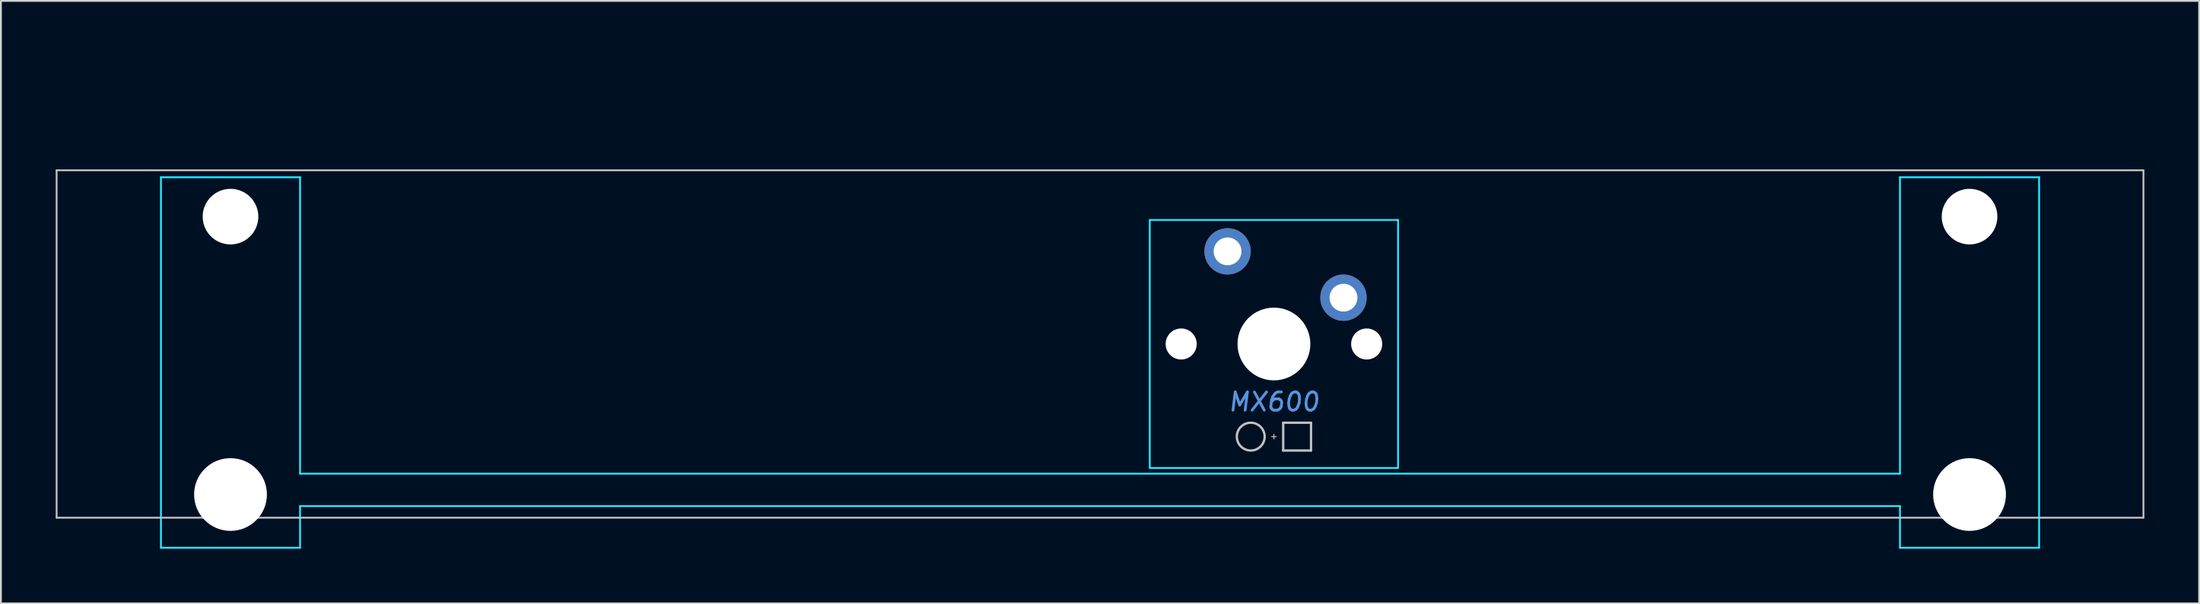
<source format=kicad_pcb>
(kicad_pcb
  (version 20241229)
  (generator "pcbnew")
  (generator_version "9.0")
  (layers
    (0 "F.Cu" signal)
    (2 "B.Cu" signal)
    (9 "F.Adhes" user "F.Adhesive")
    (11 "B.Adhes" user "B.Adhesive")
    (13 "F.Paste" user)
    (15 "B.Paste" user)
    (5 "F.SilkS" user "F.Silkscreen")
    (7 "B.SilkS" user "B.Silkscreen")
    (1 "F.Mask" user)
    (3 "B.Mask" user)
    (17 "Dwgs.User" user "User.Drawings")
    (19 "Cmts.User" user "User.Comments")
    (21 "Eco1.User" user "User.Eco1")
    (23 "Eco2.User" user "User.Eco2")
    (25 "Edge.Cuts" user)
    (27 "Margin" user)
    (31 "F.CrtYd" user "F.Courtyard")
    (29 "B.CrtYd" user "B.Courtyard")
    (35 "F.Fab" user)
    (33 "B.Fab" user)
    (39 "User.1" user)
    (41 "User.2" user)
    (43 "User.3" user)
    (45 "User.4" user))
  (footprint "MX600"
    (layer "F.Cu")
    (at 66.725 15.815)
    (property "Reference" "MX600" (at 0 3.175 0) (layer "Cmts.User") (effects (font (size 1 1) (thickness 0.15) (italic yes))))
    (attr through_hole)
    (fp_line (start -66.675 -9.525) (end -66.675 9.525) (stroke (width 0.1) (type solid)) (layer "Dwgs.User"))
    (fp_line (start -66.675 9.525) (end 47.625 9.525) (stroke (width 0.1) (type solid)) (layer "Dwgs.User"))
    (fp_line (start -0.127 5.08) (end 0.127 5.08) (stroke (width 0.051) (type solid)) (layer "Dwgs.User"))
    (fp_line (start 0 5.207) (end 0 4.953) (stroke (width 0.051) (type solid)) (layer "Dwgs.User"))
    (fp_line (start 0.508 4.318) (end 0.508 5.842) (stroke (width 0.127) (type solid)) (layer "Dwgs.User"))
    (fp_line (start 0.508 4.318) (end 2.032 4.318) (stroke (width 0.127) (type solid)) (layer "Dwgs.User"))
    (fp_line (start 0.508 5.842) (end 2.032 5.842) (stroke (width 0.127) (type solid)) (layer "Dwgs.User"))
    (fp_line (start 2.032 5.842) (end 2.032 4.318) (stroke (width 0.127) (type solid)) (layer "Dwgs.User"))
    (fp_line (start 47.625 -9.525) (end -66.675 -9.525) (stroke (width 0.1) (type solid)) (layer "Dwgs.User"))
    (fp_line (start 47.625 -9.525) (end 47.625 9.525) (stroke (width 0.1) (type solid)) (layer "Dwgs.User"))
    (fp_circle (center -1.27 5.08) (end -0.508 5.08) (stroke (width 0.127) (type solid)) (fill no) (layer "Dwgs.User"))
    (fp_line (start -61.29 -0.508) (end -61.29 -3.302) (stroke (width 0.1) (type solid)) (layer "Eco1.User"))
    (fp_line (start -61.29 -3.302) (end -60.274 -3.302) (stroke (width 0.1) (type solid)) (layer "Eco1.User"))
    (fp_line (start -60.274 -3.302) (end -60.274 -5.69) (stroke (width 0.1) (type solid)) (layer "Eco1.User"))
    (fp_line (start -60.274 -0.508) (end -61.29 -0.508) (stroke (width 0.1) (type solid)) (layer "Eco1.User"))
    (fp_line (start -60.274 -5.69) (end -53.619 -5.69) (stroke (width 0.1) (type solid)) (layer "Eco1.User"))
    (fp_line (start -60.274 6.604) (end -60.274 -0.508) (stroke (width 0.1) (type solid)) (layer "Eco1.User"))
    (fp_line (start -58.471 6.604) (end -60.274 6.604) (stroke (width 0.1) (type solid)) (layer "Eco1.User"))
    (fp_line (start -58.471 7.772) (end -58.471 6.604) (stroke (width 0.1) (type solid)) (layer "Eco1.User"))
    (fp_line (start -55.423 6.604) (end -55.423 7.772) (stroke (width 0.1) (type solid)) (layer "Eco1.User"))
    (fp_line (start -55.423 7.772) (end -58.471 7.772) (stroke (width 0.1) (type solid)) (layer "Eco1.User"))
    (fp_line (start -53.619 -5.69) (end -53.619 -2.286) (stroke (width 0.1) (type solid)) (layer "Eco1.User"))
    (fp_line (start -53.619 2.286) (end -53.619 6.604) (stroke (width 0.1) (type solid)) (layer "Eco1.User"))
    (fp_line (start -53.619 -2.286) (end -6.985 -2.286) (stroke (width 0.1) (type solid)) (layer "Eco1.User"))
    (fp_line (start -53.619 6.604) (end -55.423 6.604) (stroke (width 0.1) (type solid)) (layer "Eco1.User"))
    (fp_line (start -6.985 -6.985) (end 6.985 -6.985) (stroke (width 0.1) (type solid)) (layer "Eco1.User"))
    (fp_line (start -6.985 -2.286) (end -6.985 -6.985) (stroke (width 0.1) (type solid)) (layer "Eco1.User"))
    (fp_line (start -6.985 2.286) (end -53.619 2.286) (stroke (width 0.1) (type solid)) (layer "Eco1.User"))
    (fp_line (start -6.985 6.985) (end -6.985 2.286) (stroke (width 0.1) (type solid)) (layer "Eco1.User"))
    (fp_line (start -0.000028 -0.941) (end 0.000028 0.941) (stroke (width 0.1) (type solid)) (layer "Eco1.User"))
    (fp_line (start 0 -15.765) (end 0 -15.765) (stroke (width 0.1) (type solid)) (layer "Eco1.User"))
    (fp_line (start 0 -15.765) (end 0 -15.765) (stroke (width 0.1) (type solid)) (layer "Eco1.User"))
    (fp_line (start 0 -15.765) (end 0 -15.765) (stroke (width 0.1) (type solid)) (layer "Eco1.User"))
    (fp_line (start 0.941 -0.000029) (end -0.941 0.000027) (stroke (width 0.1) (type solid)) (layer "Eco1.User"))
    (fp_line (start 6.985 -6.985) (end 6.985 -2.286) (stroke (width 0.1) (type solid)) (layer "Eco1.User"))
    (fp_line (start 6.985 -2.286) (end 34.568 -2.286) (stroke (width 0.1) (type solid)) (layer "Eco1.User"))
    (fp_line (start 6.985 2.286) (end 6.985 6.985) (stroke (width 0.1) (type solid)) (layer "Eco1.User"))
    (fp_line (start 6.985 6.985) (end -6.985 6.985) (stroke (width 0.1) (type solid)) (layer "Eco1.User"))
    (fp_line (start 34.568 -2.286) (end 34.568 -5.689) (stroke (width 0.1) (type solid)) (layer "Eco1.User"))
    (fp_line (start 34.568 6.604) (end 34.568 2.286) (stroke (width 0.1) (type solid)) (layer "Eco1.User"))
    (fp_line (start 34.568 2.286) (end 6.985 2.286) (stroke (width 0.1) (type solid)) (layer "Eco1.User"))
    (fp_line (start 34.569 -5.69) (end 41.224 -5.69) (stroke (width 0.1) (type solid)) (layer "Eco1.User"))
    (fp_line (start 36.371 6.604) (end 34.568 6.604) (stroke (width 0.1) (type solid)) (layer "Eco1.User"))
    (fp_line (start 36.371 7.773) (end 36.371 6.604) (stroke (width 0.1) (type solid)) (layer "Eco1.User"))
    (fp_line (start 39.419 6.604) (end 39.419 7.773) (stroke (width 0.1) (type solid)) (layer "Eco1.User"))
    (fp_line (start 39.419 7.773) (end 36.371 7.773) (stroke (width 0.1) (type solid)) (layer "Eco1.User"))
    (fp_line (start 41.223 6.604) (end 39.419 6.604) (stroke (width 0.1) (type solid)) (layer "Eco1.User"))
    (fp_line (start 41.223 -0.508) (end 41.223 6.604) (stroke (width 0.1) (type solid)) (layer "Eco1.User"))
    (fp_line (start 41.224 -5.69) (end 41.224 -3.302) (stroke (width 0.1) (type solid)) (layer "Eco1.User"))
    (fp_line (start 41.224 -3.302) (end 42.24 -3.302) (stroke (width 0.1) (type solid)) (layer "Eco1.User"))
    (fp_line (start 42.239 -3.302) (end 42.239 -0.508) (stroke (width 0.1) (type solid)) (layer "Eco1.User"))
    (fp_line (start 42.239 -0.508) (end 41.223 -0.508) (stroke (width 0.1) (type solid)) (layer "Eco1.User"))
    (fp_line (start -60.96 -9.144) (end -60.96 11.176) (stroke (width 0.1) (type solid)) (layer "B.CrtYd"))
    (fp_line (start -60.96 -9.144) (end -53.34 -9.144) (stroke (width 0.1) (type solid)) (layer "B.CrtYd"))
    (fp_line (start -60.96 11.176) (end -53.34 11.176) (stroke (width 0.1) (type solid)) (layer "B.CrtYd"))
    (fp_line (start -53.34 7.112) (end -53.34 -9.144) (stroke (width 0.1) (type solid)) (layer "B.CrtYd"))
    (fp_line (start -53.34 7.112) (end 34.29 7.112) (stroke (width 0.1) (type solid)) (layer "B.CrtYd"))
    (fp_line (start -53.34 8.89) (end -53.34 11.176) (stroke (width 0.1) (type solid)) (layer "B.CrtYd"))
    (fp_line (start -53.34 8.89) (end 34.29 8.89) (stroke (width 0.1) (type solid)) (layer "B.CrtYd"))
    (fp_line (start -6.8 -6.8) (end -6.8 6.8) (stroke (width 0.1) (type solid)) (layer "B.CrtYd"))
    (fp_line (start -6.8 -6.8) (end 6.8 -6.8) (stroke (width 0.1) (type solid)) (layer "B.CrtYd"))
    (fp_line (start -6.8 6.8) (end 6.8 6.8) (stroke (width 0.1) (type solid)) (layer "B.CrtYd"))
    (fp_line (start 6.8 6.8) (end 6.8 -6.8) (stroke (width 0.1) (type solid)) (layer "B.CrtYd"))
    (fp_line (start 34.29 -9.144) (end 41.91 -9.144) (stroke (width 0.1) (type solid)) (layer "B.CrtYd"))
    (fp_line (start 34.29 7.112) (end 34.29 -9.144) (stroke (width 0.1) (type solid)) (layer "B.CrtYd"))
    (fp_line (start 34.29 8.89) (end 34.29 11.176) (stroke (width 0.1) (type solid)) (layer "B.CrtYd"))
    (fp_line (start 34.29 11.176) (end 41.91 11.176) (stroke (width 0.1) (type solid)) (layer "B.CrtYd"))
    (fp_line (start 41.91 -9.144) (end 41.91 11.176) (stroke (width 0.1) (type solid)) (layer "B.CrtYd"))
    (pad "" np_thru_hole circle (at -57.15 -6.985 180) (size 3.048 3.048) (drill 3.048) (layers "*.Cu" "*.Mask"))
    (pad "" np_thru_hole circle (at -57.15 8.255 180) (size 3.988 3.988) (drill 3.988) (layers "*.Cu" "*.Mask"))
    (pad "" np_thru_hole circle (at -5.08 0) (size 1.702 1.702) (drill 1.702) (layers "*.Cu" "*.Mask"))
    (pad "" np_thru_hole circle (at 0 0) (size 3.988 3.988) (drill 3.988) (layers "*.Cu" "*.Mask"))
    (pad "" np_thru_hole circle (at 5.08 0) (size 1.702 1.702) (drill 1.702) (layers "*.Cu" "*.Mask"))
    (pad "" np_thru_hole circle (at 38.1 -6.985 180) (size 3.048 3.048) (drill 3.048) (layers "*.Cu" "*.Mask"))
    (pad "" np_thru_hole circle (at 38.1 8.255 180) (size 3.988 3.988) (drill 3.988) (layers "*.Cu" "*.Mask"))
    (pad "1" thru_hole circle (at -2.54 -5.08) (size 2.54 2.54) (drill 1.524) (layers "*.Cu" "*.Mask"))
    (pad "2" thru_hole circle (at 3.81 -2.54) (size 2.54 2.54) (drill 1.524) (layers "*.Cu" "*.Mask")))
  (gr_rect
    (start -3 -3)
    (end 117.4 30.041)
    (stroke (width 0.1) (type default))
    (fill no)
    (layer "Edge.Cuts")))
</source>
